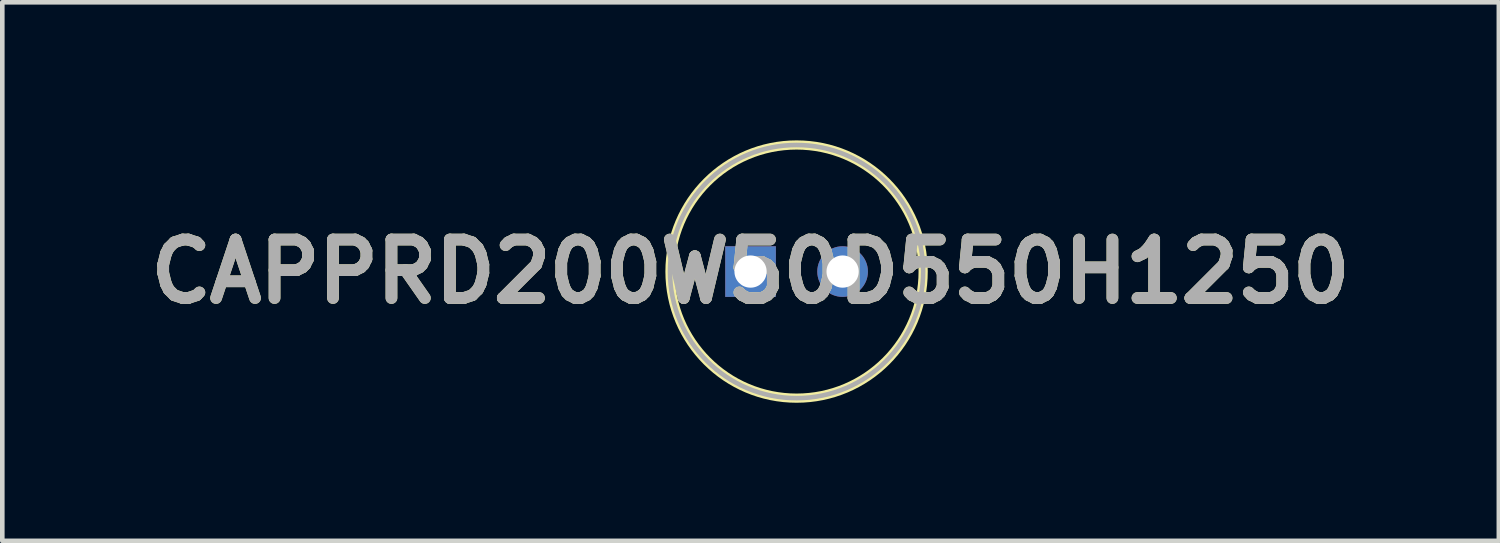
<source format=kicad_pcb>
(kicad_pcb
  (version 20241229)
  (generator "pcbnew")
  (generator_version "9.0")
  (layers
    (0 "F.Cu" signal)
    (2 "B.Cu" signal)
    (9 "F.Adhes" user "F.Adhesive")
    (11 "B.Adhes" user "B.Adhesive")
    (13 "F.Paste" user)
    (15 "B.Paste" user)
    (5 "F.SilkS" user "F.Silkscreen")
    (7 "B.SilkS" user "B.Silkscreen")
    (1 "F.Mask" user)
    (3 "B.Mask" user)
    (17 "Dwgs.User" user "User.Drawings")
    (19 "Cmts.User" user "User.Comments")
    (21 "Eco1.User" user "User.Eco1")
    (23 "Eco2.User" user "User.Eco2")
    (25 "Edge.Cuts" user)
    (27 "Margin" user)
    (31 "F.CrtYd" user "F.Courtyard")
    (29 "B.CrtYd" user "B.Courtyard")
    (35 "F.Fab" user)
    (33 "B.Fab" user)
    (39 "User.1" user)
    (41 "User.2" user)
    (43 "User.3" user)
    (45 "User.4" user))
  (footprint "CAPPRD200W50D550H1250"
    (layer "F.Cu")
    (at 13.256 2.85)
    (property "Reference" "CAPPRD200W50D550H1250" (at 0 0 0) (layer "F.SilkS") (effects (font (size 1.27 1.27) (thickness 0.254))))
    (attr through_hole)
    (fp_circle (center 1 0) (end 1 2.75) (stroke (width 0.2) (type solid)) (fill no) (layer "F.SilkS"))
    (fp_circle (center 1 0) (end 1 2.75) (stroke (width 0.1) (type solid)) (fill no) (layer "F.Fab"))
    (fp_text user "${REFERENCE}" (at 0 0 0) (layer "F.Fab") (effects (font (size 1.27 1.27) (thickness 0.254))))
    (pad "1" thru_hole rect (at 0 0) (size 1.1 1.1) (drill 0.7) (layers "*.Cu" "*.Mask"))
    (pad "2" thru_hole circle (at 2 0) (size 1.1 1.1) (drill 0.7) (layers "*.Cu" "*.Mask")))
  (gr_rect
    (start -3 -3)
    (end 29.513 8.7)
    (stroke (width 0.1) (type default))
    (fill no)
    (layer "Edge.Cuts")))
</source>
